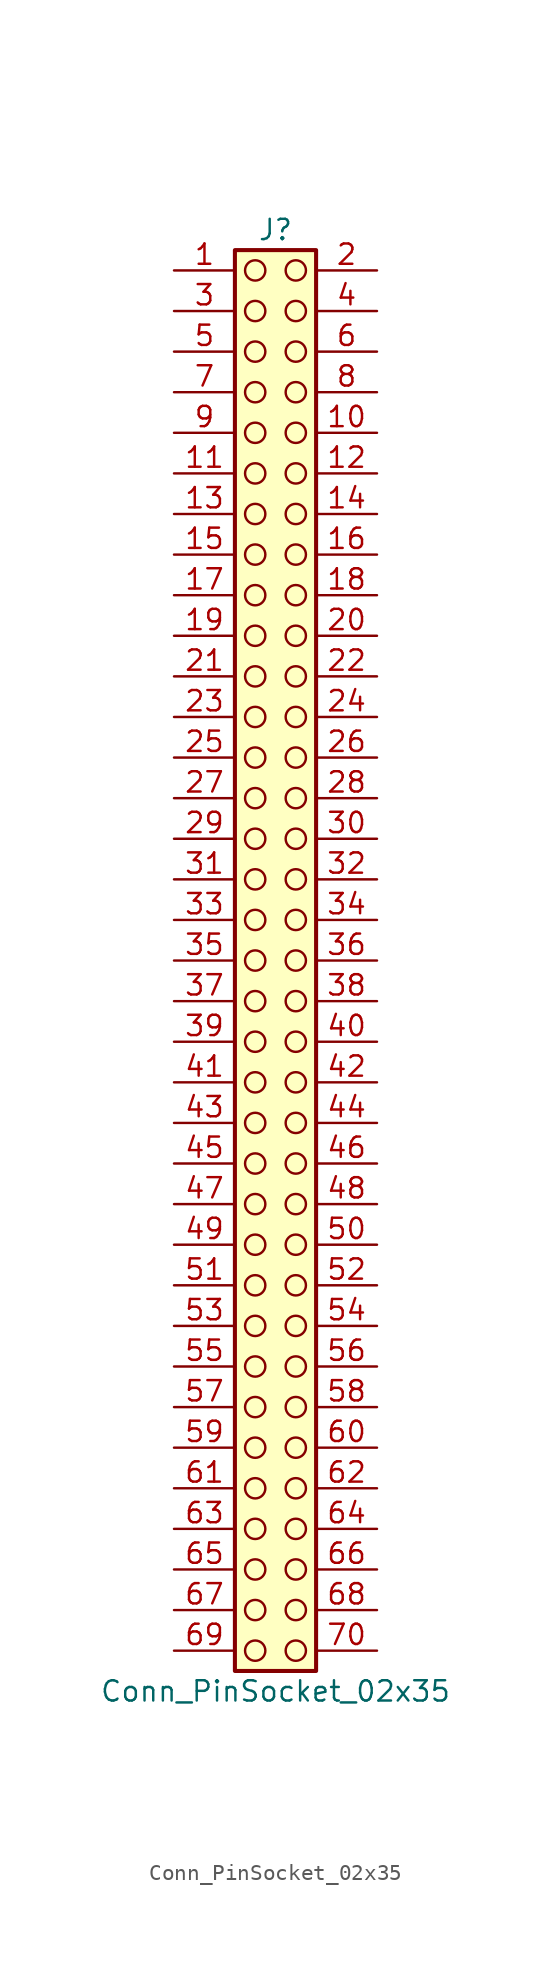
<source format=kicad_sym>
(kicad_symbol_lib
  (version 20241209)
  (generator "kicad_symbol_editor")
  (generator_version "9.0")
  (symbol "Conn_PinSocket_02x35"
    (pin_names
      (offset 1.016)
      (hide yes))
    (property "Reference" "J"
      (at 1.27 45.72 0)
      (effects (font (size 1.27 1.27))))
    (property "Value" "Conn_PinSocket_02x35"
      (at 1.27 -45.72 0)
      (effects (font (size 1.27 1.27))))
    (symbol "Conn_PinSocket_02x35_1_1"
      (rectangle (start -1.27 44.45) (end 3.81 -44.45) (stroke (width 0.254) (type default)) (fill (type background)))
      (circle (center 0 43.18) (radius 0.635) (stroke (width 0) (type solid) (color 132 0 0 1)) (fill (type none)))
      (circle (center 0 40.64) (radius 0.635) (stroke (width 0) (type solid) (color 132 0 0 1)) (fill (type none)))
      (circle (center 0 38.1) (radius 0.635) (stroke (width 0) (type solid) (color 132 0 0 1)) (fill (type none)))
      (circle (center 0 35.56) (radius 0.635) (stroke (width 0) (type solid) (color 132 0 0 1)) (fill (type none)))
      (circle (center 0 33.02) (radius 0.635) (stroke (width 0) (type solid) (color 132 0 0 1)) (fill (type none)))
      (circle (center 0 30.48) (radius 0.635) (stroke (width 0) (type solid) (color 132 0 0 1)) (fill (type none)))
      (circle (center 0 27.94) (radius 0.635) (stroke (width 0) (type solid) (color 132 0 0 1)) (fill (type none)))
      (circle (center 0 25.4) (radius 0.635) (stroke (width 0) (type solid) (color 132 0 0 1)) (fill (type none)))
      (circle (center 0 22.86) (radius 0.635) (stroke (width 0) (type solid) (color 132 0 0 1)) (fill (type none)))
      (circle (center 0 20.32) (radius 0.635) (stroke (width 0) (type solid) (color 132 0 0 1)) (fill (type none)))
      (circle (center 0 17.78) (radius 0.635) (stroke (width 0) (type solid) (color 132 0 0 1)) (fill (type none)))
      (circle (center 0 15.24) (radius 0.635) (stroke (width 0) (type solid) (color 132 0 0 1)) (fill (type none)))
      (circle (center 0 12.7) (radius 0.635) (stroke (width 0) (type solid) (color 132 0 0 1)) (fill (type none)))
      (circle (center 0 10.16) (radius 0.635) (stroke (width 0) (type solid) (color 132 0 0 1)) (fill (type none)))
      (circle (center 0 7.62) (radius 0.635) (stroke (width 0) (type solid) (color 132 0 0 1)) (fill (type none)))
      (circle (center 0 5.08) (radius 0.635) (stroke (width 0) (type solid) (color 132 0 0 1)) (fill (type none)))
      (circle (center 0 2.54) (radius 0.635) (stroke (width 0) (type solid) (color 132 0 0 1)) (fill (type none)))
      (circle (center 0 0) (radius 0.635) (stroke (width 0) (type solid) (color 132 0 0 1)) (fill (type none)))
      (circle (center 0 -2.54) (radius 0.635) (stroke (width 0) (type solid) (color 132 0 0 1)) (fill (type none)))
      (circle (center 0 -5.08) (radius 0.635) (stroke (width 0) (type solid) (color 132 0 0 1)) (fill (type none)))
      (circle (center 0 -7.62) (radius 0.635) (stroke (width 0) (type solid) (color 132 0 0 1)) (fill (type none)))
      (circle (center 0 -10.16) (radius 0.635) (stroke (width 0) (type solid) (color 132 0 0 1)) (fill (type none)))
      (circle (center 0 -12.7) (radius 0.635) (stroke (width 0) (type solid) (color 132 0 0 1)) (fill (type none)))
      (circle (center 0 -15.24) (radius 0.635) (stroke (width 0) (type solid) (color 132 0 0 1)) (fill (type none)))
      (circle (center 0 -17.78) (radius 0.635) (stroke (width 0) (type solid) (color 132 0 0 1)) (fill (type none)))
      (circle (center 0 -20.32) (radius 0.635) (stroke (width 0) (type solid) (color 132 0 0 1)) (fill (type none)))
      (circle (center 0 -22.86) (radius 0.635) (stroke (width 0) (type solid) (color 132 0 0 1)) (fill (type none)))
      (circle (center 0 -25.4) (radius 0.635) (stroke (width 0) (type solid) (color 132 0 0 1)) (fill (type none)))
      (circle (center 0 -27.94) (radius 0.635) (stroke (width 0) (type solid) (color 132 0 0 1)) (fill (type none)))
      (circle (center 0 -30.48) (radius 0.635) (stroke (width 0) (type solid) (color 132 0 0 1)) (fill (type none)))
      (circle (center 0 -33.02) (radius 0.635) (stroke (width 0) (type solid) (color 132 0 0 1)) (fill (type none)))
      (circle (center 0 -35.56) (radius 0.635) (stroke (width 0) (type solid) (color 132 0 0 1)) (fill (type none)))
      (circle (center 0 -38.1) (radius 0.635) (stroke (width 0) (type solid) (color 132 0 0 1)) (fill (type none)))
      (circle (center 0 -40.64) (radius 0.635) (stroke (width 0) (type solid) (color 132 0 0 1)) (fill (type none)))
      (circle (center 0 -43.18) (radius 0.635) (stroke (width 0) (type solid) (color 132 0 0 1)) (fill (type none)))
      (circle (center 2.54 43.18) (radius 0.635) (stroke (width 0) (type solid) (color 132 0 0 1)) (fill (type none)))
      (circle (center 2.54 40.64) (radius 0.635) (stroke (width 0) (type solid) (color 132 0 0 1)) (fill (type none)))
      (circle (center 2.54 38.1) (radius 0.635) (stroke (width 0) (type solid) (color 132 0 0 1)) (fill (type none)))
      (circle (center 2.54 35.56) (radius 0.635) (stroke (width 0) (type solid) (color 132 0 0 1)) (fill (type none)))
      (circle (center 2.54 33.02) (radius 0.635) (stroke (width 0) (type solid) (color 132 0 0 1)) (fill (type none)))
      (circle (center 2.54 30.48) (radius 0.635) (stroke (width 0) (type solid) (color 132 0 0 1)) (fill (type none)))
      (circle (center 2.54 27.94) (radius 0.635) (stroke (width 0) (type solid) (color 132 0 0 1)) (fill (type none)))
      (circle (center 2.54 25.4) (radius 0.635) (stroke (width 0) (type solid) (color 132 0 0 1)) (fill (type none)))
      (circle (center 2.54 22.86) (radius 0.635) (stroke (width 0) (type solid) (color 132 0 0 1)) (fill (type none)))
      (circle (center 2.54 20.32) (radius 0.635) (stroke (width 0) (type solid) (color 132 0 0 1)) (fill (type none)))
      (circle (center 2.54 17.78) (radius 0.635) (stroke (width 0) (type solid) (color 132 0 0 1)) (fill (type none)))
      (circle (center 2.54 15.24) (radius 0.635) (stroke (width 0) (type solid) (color 132 0 0 1)) (fill (type none)))
      (circle (center 2.54 12.7) (radius 0.635) (stroke (width 0) (type solid) (color 132 0 0 1)) (fill (type none)))
      (circle (center 2.54 10.16) (radius 0.635) (stroke (width 0) (type solid) (color 132 0 0 1)) (fill (type none)))
      (circle (center 2.54 7.62) (radius 0.635) (stroke (width 0) (type solid) (color 132 0 0 1)) (fill (type none)))
      (circle (center 2.54 5.08) (radius 0.635) (stroke (width 0) (type solid) (color 132 0 0 1)) (fill (type none)))
      (circle (center 2.54 2.54) (radius 0.635) (stroke (width 0) (type solid) (color 132 0 0 1)) (fill (type none)))
      (circle (center 2.54 0) (radius 0.635) (stroke (width 0) (type solid) (color 132 0 0 1)) (fill (type none)))
      (circle (center 2.54 -2.54) (radius 0.635) (stroke (width 0) (type solid) (color 132 0 0 1)) (fill (type none)))
      (circle (center 2.54 -5.08) (radius 0.635) (stroke (width 0) (type solid) (color 132 0 0 1)) (fill (type none)))
      (circle (center 2.54 -7.62) (radius 0.635) (stroke (width 0) (type solid) (color 132 0 0 1)) (fill (type none)))
      (circle (center 2.54 -10.16) (radius 0.635) (stroke (width 0) (type solid) (color 132 0 0 1)) (fill (type none)))
      (circle (center 2.54 -12.7) (radius 0.635) (stroke (width 0) (type solid) (color 132 0 0 1)) (fill (type none)))
      (circle (center 2.54 -15.24) (radius 0.635) (stroke (width 0) (type solid) (color 132 0 0 1)) (fill (type none)))
      (circle (center 2.54 -17.78) (radius 0.635) (stroke (width 0) (type solid) (color 132 0 0 1)) (fill (type none)))
      (circle (center 2.54 -20.32) (radius 0.635) (stroke (width 0) (type solid) (color 132 0 0 1)) (fill (type none)))
      (circle (center 2.54 -22.86) (radius 0.635) (stroke (width 0) (type solid) (color 132 0 0 1)) (fill (type none)))
      (circle (center 2.54 -25.4) (radius 0.635) (stroke (width 0) (type solid) (color 132 0 0 1)) (fill (type none)))
      (circle (center 2.54 -27.94) (radius 0.635) (stroke (width 0) (type solid) (color 132 0 0 1)) (fill (type none)))
      (circle (center 2.54 -30.48) (radius 0.635) (stroke (width 0) (type solid) (color 132 0 0 1)) (fill (type none)))
      (circle (center 2.54 -33.02) (radius 0.635) (stroke (width 0) (type solid) (color 132 0 0 1)) (fill (type none)))
      (circle (center 2.54 -35.56) (radius 0.635) (stroke (width 0) (type solid) (color 132 0 0 1)) (fill (type none)))
      (circle (center 2.54 -38.1) (radius 0.635) (stroke (width 0) (type solid) (color 132 0 0 1)) (fill (type none)))
      (circle (center 2.54 -40.64) (radius 0.635) (stroke (width 0) (type solid) (color 132 0 0 1)) (fill (type none)))
      (circle (center 2.54 -43.18) (radius 0.635) (stroke (width 0) (type solid) (color 132 0 0 1)) (fill (type none)))
      (pin passive line (at -5.08 43.18 0) (length 3.81) (name "Pin_1" (effects (font (size 1.27 1.27)))) (number "1" (effects (font (size 1.27 1.27)))))
      (pin passive line (at -5.08 40.64 0) (length 3.81) (name "Pin_3" (effects (font (size 1.27 1.27)))) (number "3" (effects (font (size 1.27 1.27)))))
      (pin passive line (at -5.08 38.1 0) (length 3.81) (name "Pin_5" (effects (font (size 1.27 1.27)))) (number "5" (effects (font (size 1.27 1.27)))))
      (pin passive line (at -5.08 35.56 0) (length 3.81) (name "Pin_7" (effects (font (size 1.27 1.27)))) (number "7" (effects (font (size 1.27 1.27)))))
      (pin passive line (at -5.08 33.02 0) (length 3.81) (name "Pin_9" (effects (font (size 1.27 1.27)))) (number "9" (effects (font (size 1.27 1.27)))))
      (pin passive line (at -5.08 30.48 0) (length 3.81) (name "Pin_11" (effects (font (size 1.27 1.27)))) (number "11" (effects (font (size 1.27 1.27)))))
      (pin passive line (at -5.08 27.94 0) (length 3.81) (name "Pin_13" (effects (font (size 1.27 1.27)))) (number "13" (effects (font (size 1.27 1.27)))))
      (pin passive line (at -5.08 25.4 0) (length 3.81) (name "Pin_15" (effects (font (size 1.27 1.27)))) (number "15" (effects (font (size 1.27 1.27)))))
      (pin passive line (at -5.08 22.86 0) (length 3.81) (name "Pin_17" (effects (font (size 1.27 1.27)))) (number "17" (effects (font (size 1.27 1.27)))))
      (pin passive line (at -5.08 20.32 0) (length 3.81) (name "Pin_19" (effects (font (size 1.27 1.27)))) (number "19" (effects (font (size 1.27 1.27)))))
      (pin passive line (at -5.08 17.78 0) (length 3.81) (name "Pin_21" (effects (font (size 1.27 1.27)))) (number "21" (effects (font (size 1.27 1.27)))))
      (pin passive line (at -5.08 15.24 0) (length 3.81) (name "Pin_23" (effects (font (size 1.27 1.27)))) (number "23" (effects (font (size 1.27 1.27)))))
      (pin passive line (at -5.08 12.7 0) (length 3.81) (name "Pin_25" (effects (font (size 1.27 1.27)))) (number "25" (effects (font (size 1.27 1.27)))))
      (pin passive line (at -5.08 10.16 0) (length 3.81) (name "Pin_27" (effects (font (size 1.27 1.27)))) (number "27" (effects (font (size 1.27 1.27)))))
      (pin passive line (at -5.08 7.62 0) (length 3.81) (name "Pin_29" (effects (font (size 1.27 1.27)))) (number "29" (effects (font (size 1.27 1.27)))))
      (pin passive line (at -5.08 5.08 0) (length 3.81) (name "Pin_31" (effects (font (size 1.27 1.27)))) (number "31" (effects (font (size 1.27 1.27)))))
      (pin passive line (at -5.08 2.54 0) (length 3.81) (name "Pin_33" (effects (font (size 1.27 1.27)))) (number "33" (effects (font (size 1.27 1.27)))))
      (pin passive line (at -5.08 0 0) (length 3.81) (name "Pin_35" (effects (font (size 1.27 1.27)))) (number "35" (effects (font (size 1.27 1.27)))))
      (pin passive line (at -5.08 -2.54 0) (length 3.81) (name "Pin_37" (effects (font (size 1.27 1.27)))) (number "37" (effects (font (size 1.27 1.27)))))
      (pin passive line (at -5.08 -5.08 0) (length 3.81) (name "Pin_39" (effects (font (size 1.27 1.27)))) (number "39" (effects (font (size 1.27 1.27)))))
      (pin passive line (at -5.08 -7.62 0) (length 3.81) (name "Pin_41" (effects (font (size 1.27 1.27)))) (number "41" (effects (font (size 1.27 1.27)))))
      (pin passive line (at -5.08 -10.16 0) (length 3.81) (name "Pin_43" (effects (font (size 1.27 1.27)))) (number "43" (effects (font (size 1.27 1.27)))))
      (pin passive line (at -5.08 -12.7 0) (length 3.81) (name "Pin_45" (effects (font (size 1.27 1.27)))) (number "45" (effects (font (size 1.27 1.27)))))
      (pin passive line (at -5.08 -15.24 0) (length 3.81) (name "Pin_47" (effects (font (size 1.27 1.27)))) (number "47" (effects (font (size 1.27 1.27)))))
      (pin passive line (at -5.08 -17.78 0) (length 3.81) (name "Pin_49" (effects (font (size 1.27 1.27)))) (number "49" (effects (font (size 1.27 1.27)))))
      (pin passive line (at -5.08 -20.32 0) (length 3.81) (name "Pin_51" (effects (font (size 1.27 1.27)))) (number "51" (effects (font (size 1.27 1.27)))))
      (pin passive line (at -5.08 -22.86 0) (length 3.81) (name "Pin_53" (effects (font (size 1.27 1.27)))) (number "53" (effects (font (size 1.27 1.27)))))
      (pin passive line (at -5.08 -25.4 0) (length 3.81) (name "Pin_55" (effects (font (size 1.27 1.27)))) (number "55" (effects (font (size 1.27 1.27)))))
      (pin passive line (at -5.08 -27.94 0) (length 3.81) (name "Pin_57" (effects (font (size 1.27 1.27)))) (number "57" (effects (font (size 1.27 1.27)))))
      (pin passive line (at -5.08 -30.48 0) (length 3.81) (name "Pin_59" (effects (font (size 1.27 1.27)))) (number "59" (effects (font (size 1.27 1.27)))))
      (pin passive line (at -5.08 -33.02 0) (length 3.81) (name "Pin_61" (effects (font (size 1.27 1.27)))) (number "61" (effects (font (size 1.27 1.27)))))
      (pin passive line (at -5.08 -35.56 0) (length 3.81) (name "Pin_63" (effects (font (size 1.27 1.27)))) (number "63" (effects (font (size 1.27 1.27)))))
      (pin passive line (at -5.08 -38.1 0) (length 3.81) (name "Pin_65" (effects (font (size 1.27 1.27)))) (number "65" (effects (font (size 1.27 1.27)))))
      (pin passive line (at -5.08 -40.64 0) (length 3.81) (name "Pin_67" (effects (font (size 1.27 1.27)))) (number "67" (effects (font (size 1.27 1.27)))))
      (pin passive line (at -5.08 -43.18 0) (length 3.81) (name "Pin_69" (effects (font (size 1.27 1.27)))) (number "69" (effects (font (size 1.27 1.27)))))
      (pin passive line (at 7.62 43.18 180) (length 3.81) (name "Pin_2" (effects (font (size 1.27 1.27)))) (number "2" (effects (font (size 1.27 1.27)))))
      (pin passive line (at 7.62 40.64 180) (length 3.81) (name "Pin_4" (effects (font (size 1.27 1.27)))) (number "4" (effects (font (size 1.27 1.27)))))
      (pin passive line (at 7.62 38.1 180) (length 3.81) (name "Pin_6" (effects (font (size 1.27 1.27)))) (number "6" (effects (font (size 1.27 1.27)))))
      (pin passive line (at 7.62 35.56 180) (length 3.81) (name "Pin_8" (effects (font (size 1.27 1.27)))) (number "8" (effects (font (size 1.27 1.27)))))
      (pin passive line (at 7.62 33.02 180) (length 3.81) (name "Pin_10" (effects (font (size 1.27 1.27)))) (number "10" (effects (font (size 1.27 1.27)))))
      (pin passive line (at 7.62 30.48 180) (length 3.81) (name "Pin_12" (effects (font (size 1.27 1.27)))) (number "12" (effects (font (size 1.27 1.27)))))
      (pin passive line (at 7.62 27.94 180) (length 3.81) (name "Pin_14" (effects (font (size 1.27 1.27)))) (number "14" (effects (font (size 1.27 1.27)))))
      (pin passive line (at 7.62 25.4 180) (length 3.81) (name "Pin_16" (effects (font (size 1.27 1.27)))) (number "16" (effects (font (size 1.27 1.27)))))
      (pin passive line (at 7.62 22.86 180) (length 3.81) (name "Pin_18" (effects (font (size 1.27 1.27)))) (number "18" (effects (font (size 1.27 1.27)))))
      (pin passive line (at 7.62 20.32 180) (length 3.81) (name "Pin_20" (effects (font (size 1.27 1.27)))) (number "20" (effects (font (size 1.27 1.27)))))
      (pin passive line (at 7.62 17.78 180) (length 3.81) (name "Pin_22" (effects (font (size 1.27 1.27)))) (number "22" (effects (font (size 1.27 1.27)))))
      (pin passive line (at 7.62 15.24 180) (length 3.81) (name "Pin_24" (effects (font (size 1.27 1.27)))) (number "24" (effects (font (size 1.27 1.27)))))
      (pin passive line (at 7.62 12.7 180) (length 3.81) (name "Pin_26" (effects (font (size 1.27 1.27)))) (number "26" (effects (font (size 1.27 1.27)))))
      (pin passive line (at 7.62 10.16 180) (length 3.81) (name "Pin_28" (effects (font (size 1.27 1.27)))) (number "28" (effects (font (size 1.27 1.27)))))
      (pin passive line (at 7.62 7.62 180) (length 3.81) (name "Pin_30" (effects (font (size 1.27 1.27)))) (number "30" (effects (font (size 1.27 1.27)))))
      (pin passive line (at 7.62 5.08 180) (length 3.81) (name "Pin_32" (effects (font (size 1.27 1.27)))) (number "32" (effects (font (size 1.27 1.27)))))
      (pin passive line (at 7.62 2.54 180) (length 3.81) (name "Pin_34" (effects (font (size 1.27 1.27)))) (number "34" (effects (font (size 1.27 1.27)))))
      (pin passive line (at 7.62 0 180) (length 3.81) (name "Pin_36" (effects (font (size 1.27 1.27)))) (number "36" (effects (font (size 1.27 1.27)))))
      (pin passive line (at 7.62 -2.54 180) (length 3.81) (name "Pin_38" (effects (font (size 1.27 1.27)))) (number "38" (effects (font (size 1.27 1.27)))))
      (pin passive line (at 7.62 -5.08 180) (length 3.81) (name "Pin_40" (effects (font (size 1.27 1.27)))) (number "40" (effects (font (size 1.27 1.27)))))
      (pin passive line (at 7.62 -7.62 180) (length 3.81) (name "Pin_42" (effects (font (size 1.27 1.27)))) (number "42" (effects (font (size 1.27 1.27)))))
      (pin passive line (at 7.62 -10.16 180) (length 3.81) (name "Pin_44" (effects (font (size 1.27 1.27)))) (number "44" (effects (font (size 1.27 1.27)))))
      (pin passive line (at 7.62 -12.7 180) (length 3.81) (name "Pin_46" (effects (font (size 1.27 1.27)))) (number "46" (effects (font (size 1.27 1.27)))))
      (pin passive line (at 7.62 -15.24 180) (length 3.81) (name "Pin_48" (effects (font (size 1.27 1.27)))) (number "48" (effects (font (size 1.27 1.27)))))
      (pin passive line (at 7.62 -17.78 180) (length 3.81) (name "Pin_50" (effects (font (size 1.27 1.27)))) (number "50" (effects (font (size 1.27 1.27)))))
      (pin passive line (at 7.62 -20.32 180) (length 3.81) (name "Pin_52" (effects (font (size 1.27 1.27)))) (number "52" (effects (font (size 1.27 1.27)))))
      (pin passive line (at 7.62 -22.86 180) (length 3.81) (name "Pin_54" (effects (font (size 1.27 1.27)))) (number "54" (effects (font (size 1.27 1.27)))))
      (pin passive line (at 7.62 -25.4 180) (length 3.81) (name "Pin_56" (effects (font (size 1.27 1.27)))) (number "56" (effects (font (size 1.27 1.27)))))
      (pin passive line (at 7.62 -27.94 180) (length 3.81) (name "Pin_58" (effects (font (size 1.27 1.27)))) (number "58" (effects (font (size 1.27 1.27)))))
      (pin passive line (at 7.62 -30.48 180) (length 3.81) (name "Pin_60" (effects (font (size 1.27 1.27)))) (number "60" (effects (font (size 1.27 1.27)))))
      (pin passive line (at 7.62 -33.02 180) (length 3.81) (name "Pin_62" (effects (font (size 1.27 1.27)))) (number "62" (effects (font (size 1.27 1.27)))))
      (pin passive line (at 7.62 -35.56 180) (length 3.81) (name "Pin_64" (effects (font (size 1.27 1.27)))) (number "64" (effects (font (size 1.27 1.27)))))
      (pin passive line (at 7.62 -38.1 180) (length 3.81) (name "Pin_66" (effects (font (size 1.27 1.27)))) (number "66" (effects (font (size 1.27 1.27)))))
      (pin passive line (at 7.62 -40.64 180) (length 3.81) (name "Pin_68" (effects (font (size 1.27 1.27)))) (number "68" (effects (font (size 1.27 1.27)))))
      (pin passive line (at 7.62 -43.18 180) (length 3.81) (name "Pin_70" (effects (font (size 1.27 1.27)))) (number "70" (effects (font (size 1.27 1.27))))))))
</source>
